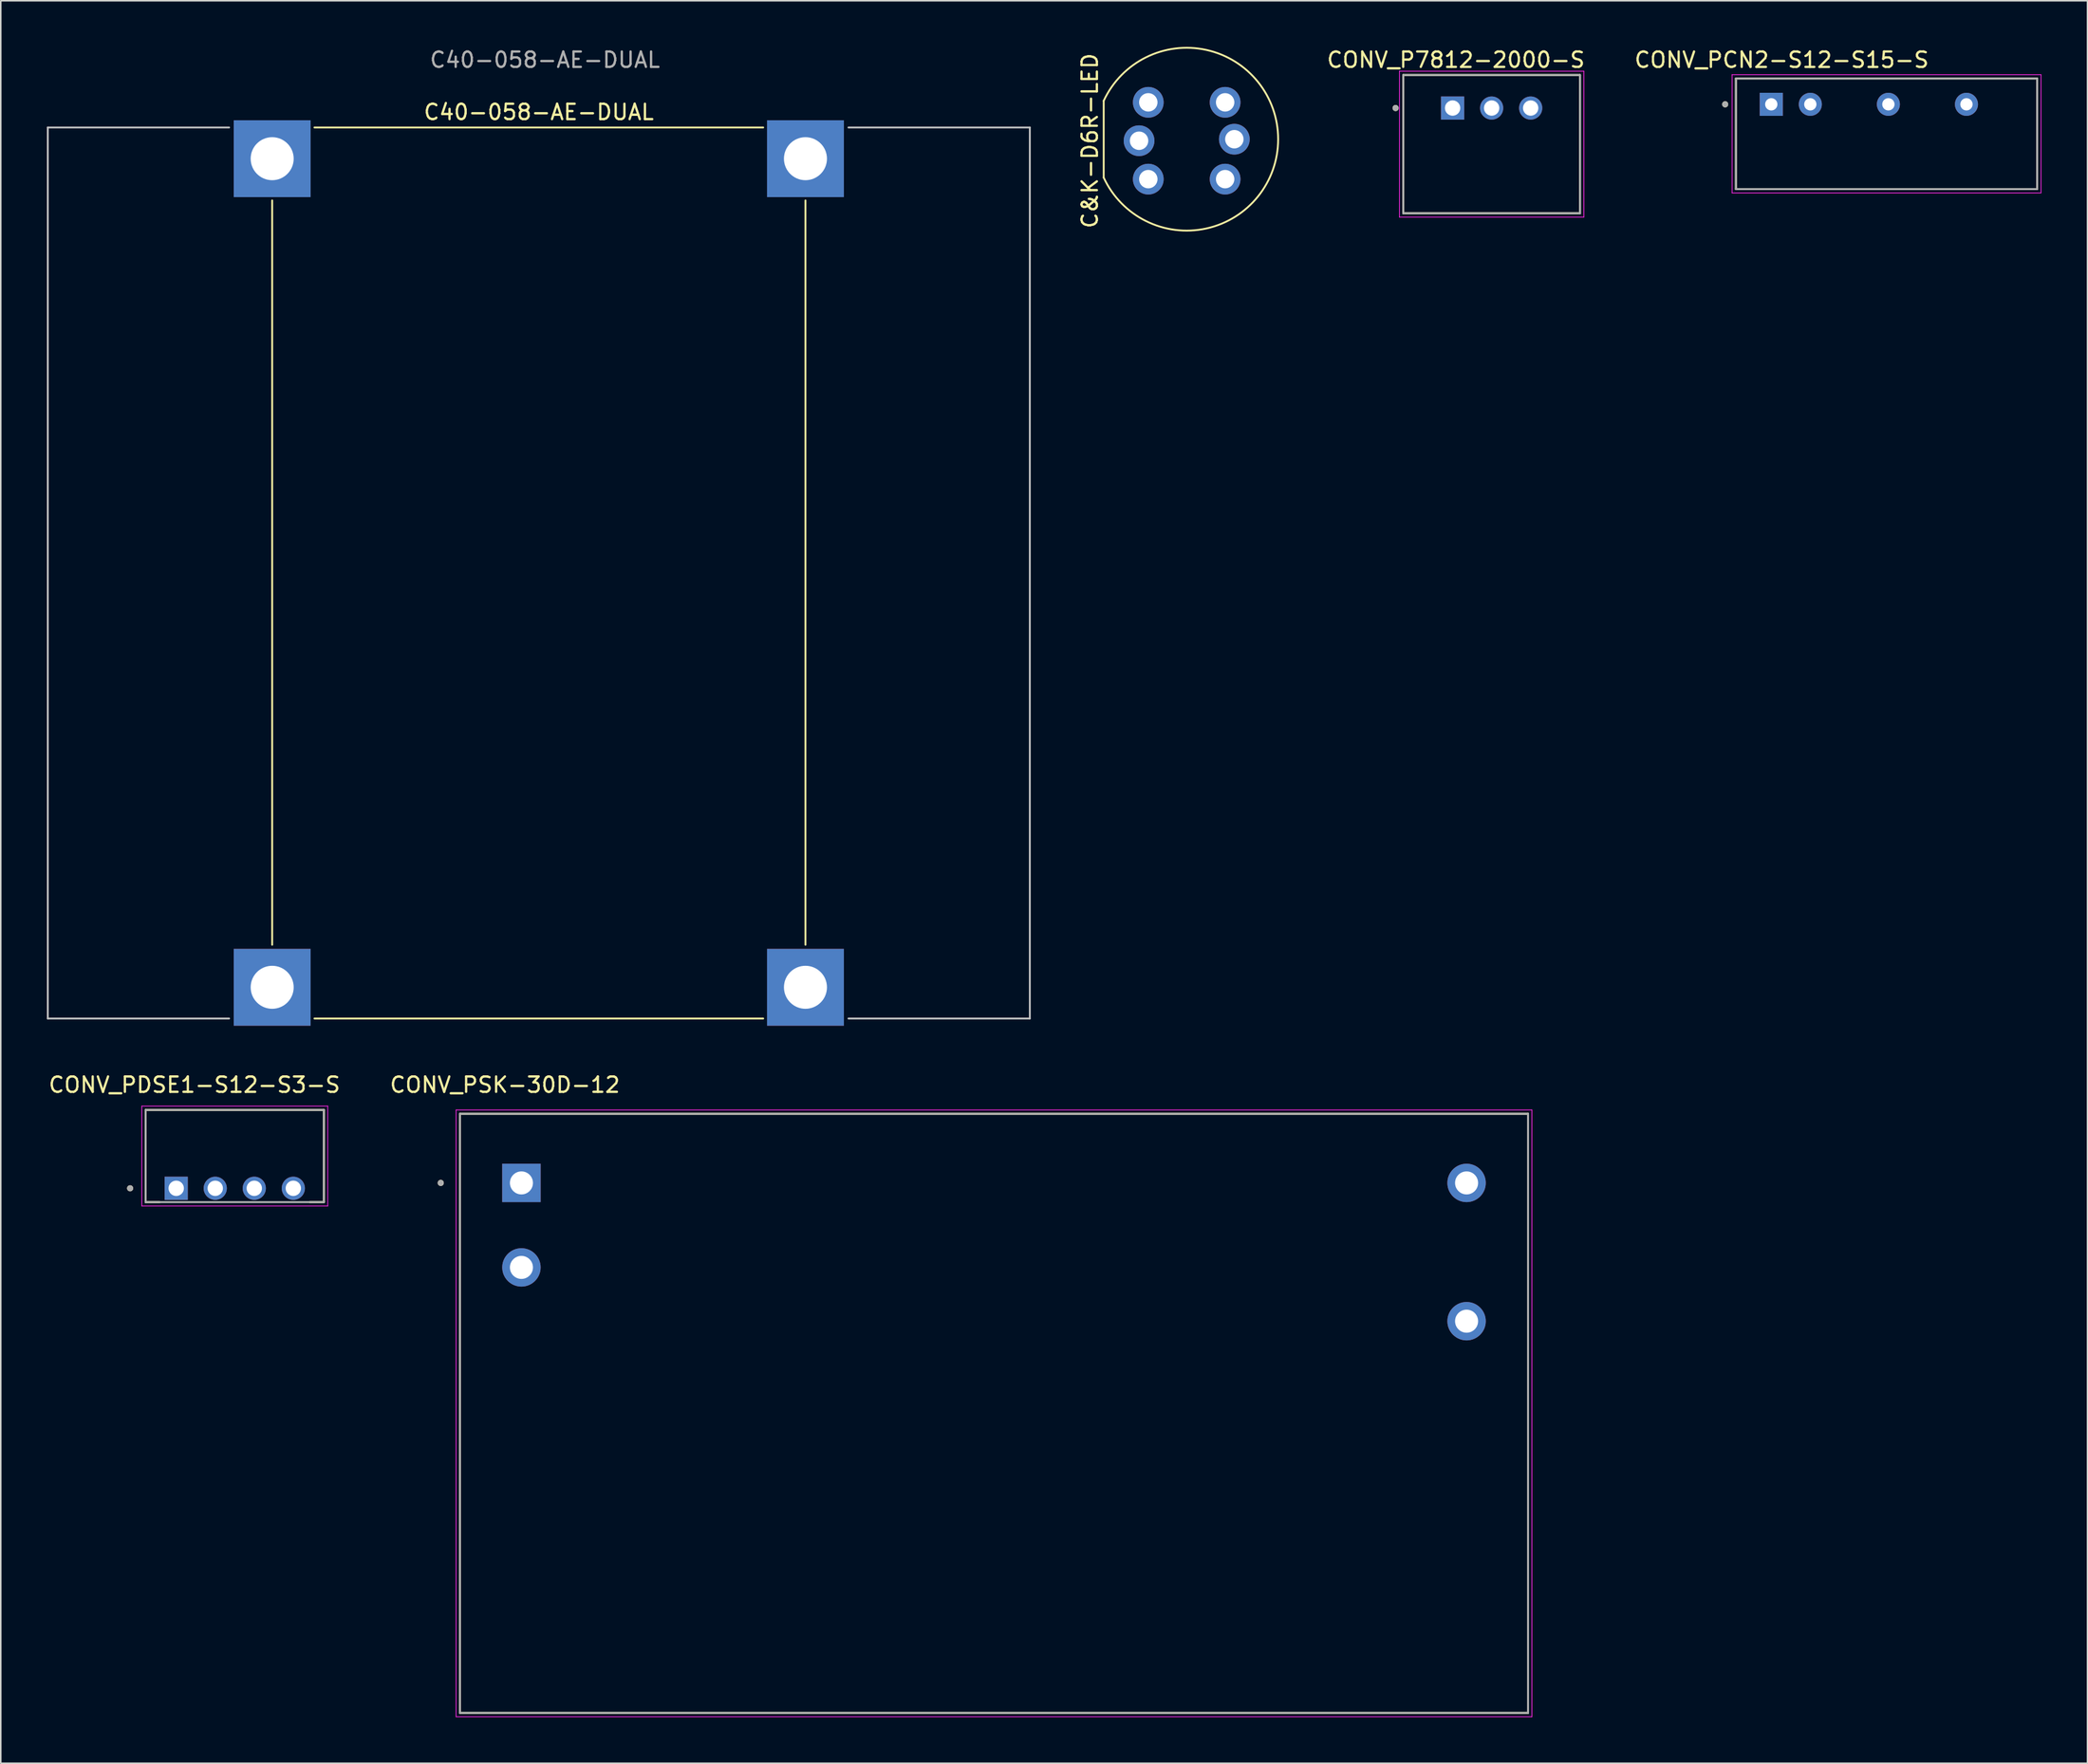
<source format=kicad_pcb>
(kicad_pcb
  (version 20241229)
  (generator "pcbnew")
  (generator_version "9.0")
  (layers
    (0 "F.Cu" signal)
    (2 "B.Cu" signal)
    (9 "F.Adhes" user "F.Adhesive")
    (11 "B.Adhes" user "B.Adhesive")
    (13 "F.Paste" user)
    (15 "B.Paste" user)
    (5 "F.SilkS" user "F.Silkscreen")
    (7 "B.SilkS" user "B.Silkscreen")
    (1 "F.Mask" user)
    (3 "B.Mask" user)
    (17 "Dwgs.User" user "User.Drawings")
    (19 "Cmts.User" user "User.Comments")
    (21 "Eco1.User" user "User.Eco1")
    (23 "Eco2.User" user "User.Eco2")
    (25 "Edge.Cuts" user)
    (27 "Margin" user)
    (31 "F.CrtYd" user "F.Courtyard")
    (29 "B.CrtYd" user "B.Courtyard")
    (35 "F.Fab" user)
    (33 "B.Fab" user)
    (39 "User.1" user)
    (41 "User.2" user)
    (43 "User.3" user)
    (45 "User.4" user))
  (footprint "CONV_P7812-2000-S"
    (layer "F.Cu")
    (at 94.01 3.983)
    (property "Reference" "CONV_P7812-2000-S" (at -2.325 -3.135 0) (layer "F.SilkS") (effects (font (size 1 1) (thickness 0.15))))
    (attr through_hole)
    (fp_line (start -5.75 -2.15) (end -5.75 6.85) (stroke (width 0.127) (type solid)) (layer "F.SilkS"))
    (fp_line (start -5.75 6.85) (end 5.75 6.85) (stroke (width 0.127) (type solid)) (layer "F.SilkS"))
    (fp_line (start 5.75 -2.15) (end -5.75 -2.15) (stroke (width 0.127) (type solid)) (layer "F.SilkS"))
    (fp_line (start 5.75 6.85) (end 5.75 -2.15) (stroke (width 0.127) (type solid)) (layer "F.SilkS"))
    (fp_circle (center -6.25 0) (end -6.15 0) (stroke (width 0.2) (type solid)) (fill no) (layer "F.SilkS"))
    (fp_line (start -6 -2.4) (end -6 7.1) (stroke (width 0.05) (type solid)) (layer "F.CrtYd"))
    (fp_line (start -6 7.1) (end 6 7.1) (stroke (width 0.05) (type solid)) (layer "F.CrtYd"))
    (fp_line (start 6 -2.4) (end -6 -2.4) (stroke (width 0.05) (type solid)) (layer "F.CrtYd"))
    (fp_line (start 6 7.1) (end 6 -2.4) (stroke (width 0.05) (type solid)) (layer "F.CrtYd"))
    (fp_line (start -5.75 -2.15) (end -5.75 6.85) (stroke (width 0.127) (type solid)) (layer "F.Fab"))
    (fp_line (start -5.75 6.85) (end 5.75 6.85) (stroke (width 0.127) (type solid)) (layer "F.Fab"))
    (fp_line (start 5.75 -2.15) (end -5.75 -2.15) (stroke (width 0.127) (type solid)) (layer "F.Fab"))
    (fp_line (start 5.75 6.85) (end 5.75 -2.15) (stroke (width 0.127) (type solid)) (layer "F.Fab"))
    (fp_circle (center -6.25 0) (end -6.15 0) (stroke (width 0.2) (type solid)) (fill no) (layer "F.Fab"))
    (pad "1" thru_hole rect (at -2.54 0) (size 1.508 1.508) (drill 1) (layers "*.Cu" "*.Mask"))
    (pad "2" thru_hole circle (at 0 0) (size 1.508 1.508) (drill 1) (layers "*.Cu" "*.Mask"))
    (pad "3" thru_hole circle (at 2.54 0) (size 1.508 1.508) (drill 1) (layers "*.Cu" "*.Mask")))
  (footprint "CONV_PSK-30D-12"
    (layer "F.Cu")
    (at 61.629 88.95)
    (property "Reference" "CONV_PSK-30D-12" (at -31.825 -21.385 0) (layer "F.SilkS") (effects (font (size 1 1) (thickness 0.15))))
    (attr through_hole)
    (fp_line (start -34.75 -19.5) (end 34.75 -19.5) (stroke (width 0.127) (type solid)) (layer "F.SilkS"))
    (fp_line (start -34.75 19.5) (end -34.75 -19.5) (stroke (width 0.127) (type solid)) (layer "F.SilkS"))
    (fp_line (start 34.75 -19.5) (end 34.75 19.5) (stroke (width 0.127) (type solid)) (layer "F.SilkS"))
    (fp_line (start 34.75 19.5) (end -34.75 19.5) (stroke (width 0.127) (type solid)) (layer "F.SilkS"))
    (fp_circle (center -36 -15) (end -35.9 -15) (stroke (width 0.2) (type solid)) (fill no) (layer "F.SilkS"))
    (fp_line (start -35 -19.75) (end -35 19.75) (stroke (width 0.05) (type solid)) (layer "F.CrtYd"))
    (fp_line (start -35 19.75) (end 35 19.75) (stroke (width 0.05) (type solid)) (layer "F.CrtYd"))
    (fp_line (start 35 -19.75) (end -35 -19.75) (stroke (width 0.05) (type solid)) (layer "F.CrtYd"))
    (fp_line (start 35 19.75) (end 35 -19.75) (stroke (width 0.05) (type solid)) (layer "F.CrtYd"))
    (fp_line (start -34.75 -19.5) (end 34.75 -19.5) (stroke (width 0.127) (type solid)) (layer "F.Fab"))
    (fp_line (start -34.75 19.5) (end -34.75 -19.5) (stroke (width 0.127) (type solid)) (layer "F.Fab"))
    (fp_line (start 34.75 -19.5) (end 34.75 19.5) (stroke (width 0.127) (type solid)) (layer "F.Fab"))
    (fp_line (start 34.75 19.5) (end -34.75 19.5) (stroke (width 0.127) (type solid)) (layer "F.Fab"))
    (fp_circle (center -36 -15) (end -35.9 -15) (stroke (width 0.2) (type solid)) (fill no) (layer "F.Fab"))
    (pad "1" thru_hole rect (at -30.75 -15) (size 2.5 2.5) (drill 1.5) (layers "*.Cu" "*.Mask"))
    (pad "2" thru_hole circle (at -30.75 -9.5) (size 2.5 2.5) (drill 1.5) (layers "*.Cu" "*.Mask"))
    (pad "3" thru_hole circle (at 30.75 -6) (size 2.5 2.5) (drill 1.5) (layers "*.Cu" "*.Mask"))
    (pad "4" thru_hole circle (at 30.75 -15) (size 2.5 2.5) (drill 1.5) (layers "*.Cu" "*.Mask")))
  (footprint "C40-058-AE-DUAL"
    (layer "F.Cu")
    (at 32.01 5.248)
    (property "Reference" "C40-058-AE-DUAL" (at 0 -1 0) (unlocked yes) (layer "F.SilkS") (effects (font (size 1 1) (thickness 0.15))))
    (attr through_hole)
    (fp_line (start -17.35 4.75) (end -17.35 53.2) (stroke (width 0.12) (type solid)) (layer "F.SilkS"))
    (fp_line (start -14.6 0) (end 14.6 0) (stroke (width 0.12) (type solid)) (layer "F.SilkS"))
    (fp_line (start -14.6 58) (end 14.6 58) (stroke (width 0.12) (type solid)) (layer "F.SilkS"))
    (fp_line (start 17.35 4.75) (end 17.35 53.2) (stroke (width 0.12) (type solid)) (layer "F.SilkS"))
    (fp_line (start -31.95 0) (end -20.15 0) (stroke (width 0.12) (type solid)) (layer "Dwgs.User"))
    (fp_line (start -31.95 58) (end -31.95 0) (stroke (width 0.12) (type solid)) (layer "Dwgs.User"))
    (fp_line (start -31.95 58) (end -20.15 58) (stroke (width 0.12) (type solid)) (layer "Dwgs.User"))
    (fp_line (start 31.95 0) (end 20.15 0) (stroke (width 0.12) (type solid)) (layer "Dwgs.User"))
    (fp_line (start 31.95 0) (end 31.95 58) (stroke (width 0.12) (type solid)) (layer "Dwgs.User"))
    (fp_line (start 31.95 58) (end 20.15 58) (stroke (width 0.12) (type solid)) (layer "Dwgs.User"))
    (fp_text user "${REFERENCE}" (at 0.4 -4.4 0) (unlocked yes) (layer "F.Fab") (effects (font (size 1 1) (thickness 0.15))))
    (pad "" np_thru_hole rect (at -17.35 2.032) (size 5 5) (drill 2.8) (layers "*.Cu" "*.Mask"))
    (pad "" np_thru_hole rect (at -17.35 55.968) (size 5 5) (drill 2.8) (layers "*.Cu" "*.Mask"))
    (pad "" np_thru_hole rect (at 17.35 2.032) (size 5 5) (drill 2.8) (layers "*.Cu" "*.Mask"))
    (pad "" np_thru_hole rect (at 17.35 55.968) (size 5 5) (drill 2.8) (layers "*.Cu" "*.Mask")))
  (footprint "CONV_PCN2-S12-S15-S"
    (layer "F.Cu")
    (at 112.206 3.74)
    (property "Reference" "CONV_PCN2-S12-S15-S" (at 0.676 -2.891 0) (layer "F.SilkS") (effects (font (size 1.002 1.002) (thickness 0.15))))
    (attr through_hole)
    (fp_line (start -2.3 -1.68) (end 17.3 -1.68) (stroke (width 0.127) (type solid)) (layer "F.SilkS"))
    (fp_line (start -2.3 5.52) (end -2.3 -1.68) (stroke (width 0.127) (type solid)) (layer "F.SilkS"))
    (fp_line (start 17.3 -1.68) (end 17.3 5.52) (stroke (width 0.127) (type solid)) (layer "F.SilkS"))
    (fp_line (start 17.3 5.52) (end -2.3 5.52) (stroke (width 0.127) (type solid)) (layer "F.SilkS"))
    (fp_circle (center -3 0) (end -2.9 0) (stroke (width 0.2) (type solid)) (fill no) (layer "F.SilkS"))
    (fp_line (start -2.55 -1.93) (end 17.55 -1.93) (stroke (width 0.05) (type solid)) (layer "F.CrtYd"))
    (fp_line (start -2.55 5.77) (end -2.55 -1.93) (stroke (width 0.05) (type solid)) (layer "F.CrtYd"))
    (fp_line (start 17.55 -1.93) (end 17.55 5.77) (stroke (width 0.05) (type solid)) (layer "F.CrtYd"))
    (fp_line (start 17.55 5.77) (end -2.55 5.77) (stroke (width 0.05) (type solid)) (layer "F.CrtYd"))
    (fp_line (start -2.3 -1.68) (end 17.3 -1.68) (stroke (width 0.127) (type solid)) (layer "F.Fab"))
    (fp_line (start -2.3 5.52) (end -2.3 -1.68) (stroke (width 0.127) (type solid)) (layer "F.Fab"))
    (fp_line (start 17.3 -1.68) (end 17.3 5.52) (stroke (width 0.127) (type solid)) (layer "F.Fab"))
    (fp_line (start 17.3 5.52) (end -2.3 5.52) (stroke (width 0.127) (type solid)) (layer "F.Fab"))
    (fp_circle (center -3 0) (end -2.9 0) (stroke (width 0.2) (type solid)) (fill no) (layer "F.Fab"))
    (pad "1" thru_hole rect (at 0 0) (size 1.5 1.5) (drill 0.8) (layers "*.Cu" "*.Mask"))
    (pad "2" thru_hole circle (at 2.54 0) (size 1.5 1.5) (drill 0.8) (layers "*.Cu" "*.Mask"))
    (pad "4" thru_hole circle (at 7.62 0) (size 1.5 1.5) (drill 0.8) (layers "*.Cu" "*.Mask"))
    (pad "6" thru_hole circle (at 12.7 0) (size 1.5 1.5) (drill 0.8) (layers "*.Cu" "*.Mask")))
  (footprint "CONV_PDSE1-S12-S3-S"
    (layer "F.Cu")
    (at 12.226 72.2)
    (property "Reference" "CONV_PDSE1-S12-S3-S" (at -2.625 -4.635 0) (layer "F.SilkS") (effects (font (size 1 1) (thickness 0.15))))
    (attr through_hole)
    (fp_line (start -5.8 -3) (end -5.8 3) (stroke (width 0.127) (type solid)) (layer "F.SilkS"))
    (fp_line (start -4.89 3) (end -5.8 3) (stroke (width 0.127) (type solid)) (layer "F.SilkS"))
    (fp_line (start 5.8 -3) (end -5.8 -3) (stroke (width 0.127) (type solid)) (layer "F.SilkS"))
    (fp_line (start 5.8 3) (end 4.89 3) (stroke (width 0.127) (type solid)) (layer "F.SilkS"))
    (fp_line (start 5.8 3) (end 5.8 -3) (stroke (width 0.127) (type solid)) (layer "F.SilkS"))
    (fp_circle (center -6.81 2.1) (end -6.71 2.1) (stroke (width 0.2) (type solid)) (fill no) (layer "F.SilkS"))
    (fp_line (start -6.05 -3.25) (end -6.05 3.25) (stroke (width 0.05) (type solid)) (layer "F.CrtYd"))
    (fp_line (start -6.05 3.25) (end 6.05 3.25) (stroke (width 0.05) (type solid)) (layer "F.CrtYd"))
    (fp_line (start 6.05 -3.25) (end -6.05 -3.25) (stroke (width 0.05) (type solid)) (layer "F.CrtYd"))
    (fp_line (start 6.05 3.25) (end 6.05 -3.25) (stroke (width 0.05) (type solid)) (layer "F.CrtYd"))
    (fp_line (start -5.8 -3) (end -5.8 3) (stroke (width 0.127) (type solid)) (layer "F.Fab"))
    (fp_line (start -5.8 3) (end 5.8 3) (stroke (width 0.127) (type solid)) (layer "F.Fab"))
    (fp_line (start 5.8 -3) (end -5.8 -3) (stroke (width 0.127) (type solid)) (layer "F.Fab"))
    (fp_line (start 5.8 3) (end 5.8 -3) (stroke (width 0.127) (type solid)) (layer "F.Fab"))
    (fp_circle (center -6.81 2.1) (end -6.71 2.1) (stroke (width 0.2) (type solid)) (fill no) (layer "F.Fab"))
    (pad "1" thru_hole rect (at -3.81 2.1) (size 1.508 1.508) (drill 1) (layers "*.Cu" "*.Mask"))
    (pad "2" thru_hole circle (at -1.27 2.1) (size 1.508 1.508) (drill 1) (layers "*.Cu" "*.Mask"))
    (pad "3" thru_hole circle (at 1.27 2.1) (size 1.508 1.508) (drill 1) (layers "*.Cu" "*.Mask"))
    (pad "4" thru_hole circle (at 3.81 2.1) (size 1.508 1.508) (drill 1) (layers "*.Cu" "*.Mask")))
  (footprint "C&K-D6R-LED"
    (layer "F.Cu")
    (at 74.168 6.111)
    (property "Reference" "C&K-D6R-LED" (at -6.3 0 90) (unlocked yes) (layer "F.SilkS") (effects (font (size 1 1) (thickness 0.15))))
    (attr through_hole)
    (fp_line (start -5.4 -2.6) (end -5.4 2.4) (stroke (width 0.12) (type solid)) (layer "F.SilkS"))
    (fp_arc (start -5.4 -2.6) (mid 5.95063 -0.1) (end -5.4 2.4) (stroke (width 0.12) (type solid)) (layer "F.SilkS"))
    (pad "1" thru_hole circle (at -2.5 -2.5 270) (size 2 2) (drill 1.2) (layers "*.Cu" "*.Mask"))
    (pad "2" thru_hole circle (at 2.5 -2.5 270) (size 2 2) (drill 1.2) (layers "*.Cu" "*.Mask"))
    (pad "3" thru_hole circle (at -2.5 2.5 270) (size 2 2) (drill 1.2) (layers "*.Cu" "*.Mask"))
    (pad "4" thru_hole circle (at 2.5 2.5 270) (size 2 2) (drill 1.2) (layers "*.Cu" "*.Mask"))
    (pad "L1" thru_hole circle (at -3.1 0 270) (size 2 2) (drill 1.2) (layers "*.Cu" "*.Mask"))
    (pad "L2" thru_hole circle (at 3.1 -0.1 270) (size 2 2) (drill 1.2) (layers "*.Cu" "*.Mask")))
  (gr_rect
    (start -3 -3)
    (end 132.781 111.725)
    (stroke (width 0.1) (type default))
    (fill no)
    (layer "Edge.Cuts")))
</source>
